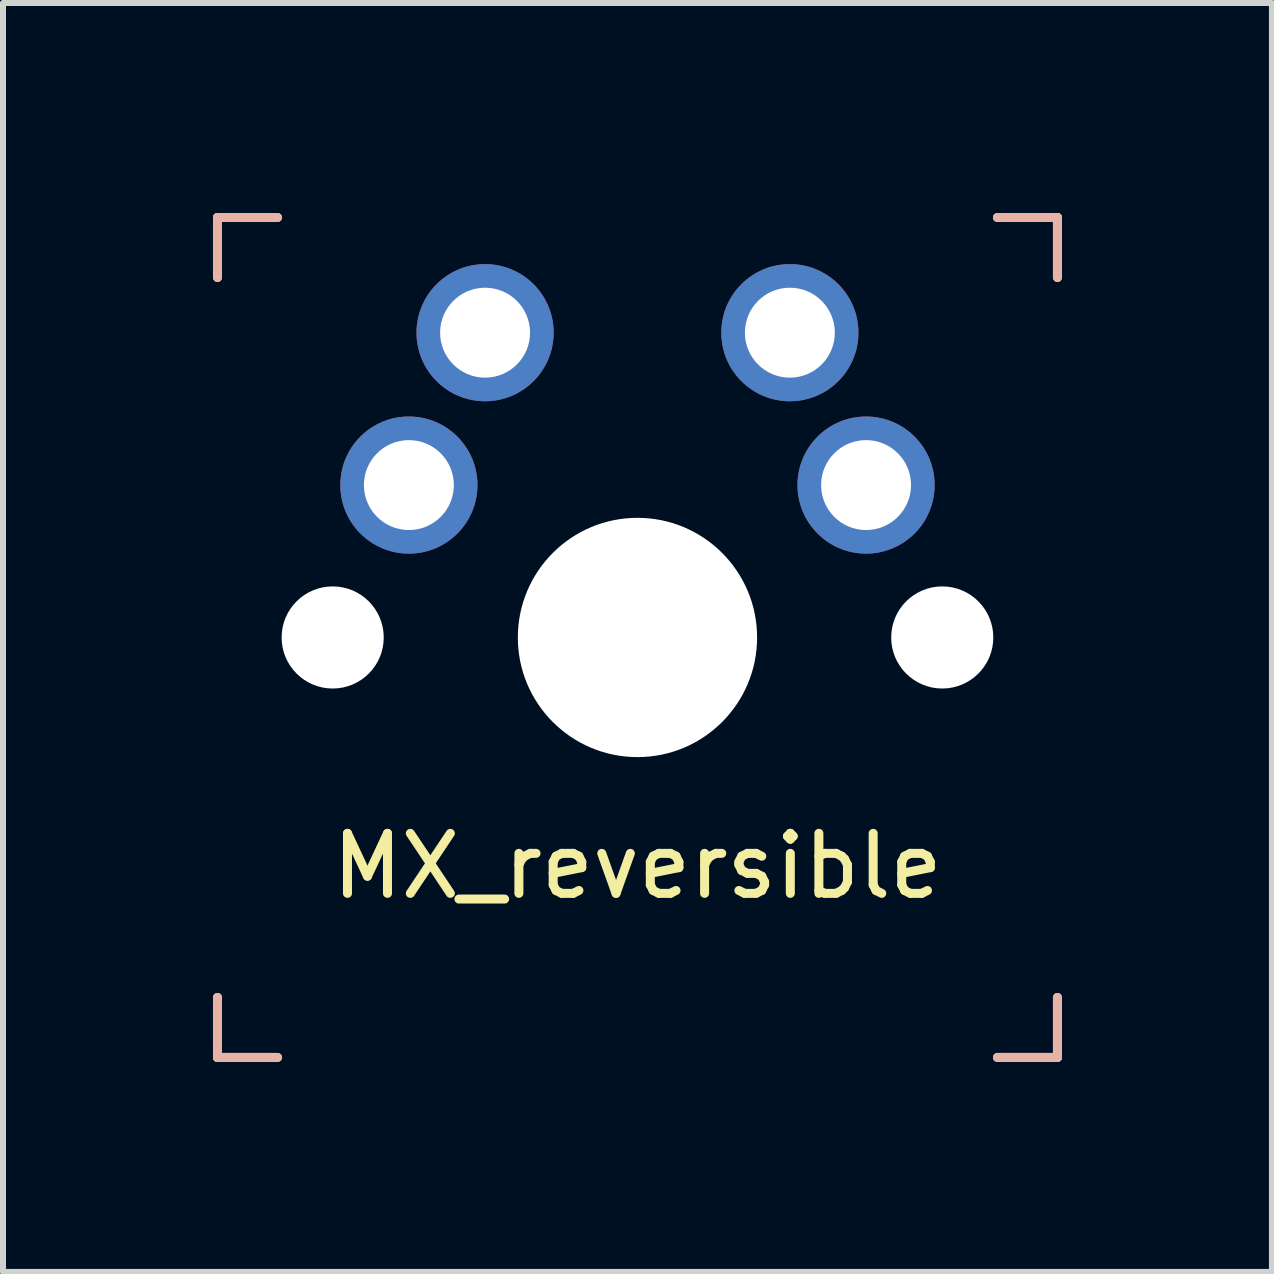
<source format=kicad_pcb>
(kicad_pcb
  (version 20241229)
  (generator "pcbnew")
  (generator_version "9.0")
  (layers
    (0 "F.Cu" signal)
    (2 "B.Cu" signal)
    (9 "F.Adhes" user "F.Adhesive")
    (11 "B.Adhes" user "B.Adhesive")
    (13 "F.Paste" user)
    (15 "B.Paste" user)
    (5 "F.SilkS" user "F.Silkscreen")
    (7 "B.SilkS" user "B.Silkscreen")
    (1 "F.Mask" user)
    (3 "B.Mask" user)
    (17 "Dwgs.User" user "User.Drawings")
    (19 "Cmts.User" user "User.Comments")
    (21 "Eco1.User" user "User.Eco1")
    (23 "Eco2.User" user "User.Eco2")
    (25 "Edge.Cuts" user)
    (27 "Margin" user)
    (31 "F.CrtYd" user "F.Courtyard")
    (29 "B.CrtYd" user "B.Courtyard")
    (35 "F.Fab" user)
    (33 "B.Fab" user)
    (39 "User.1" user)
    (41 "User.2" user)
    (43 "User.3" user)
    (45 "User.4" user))
  (footprint "MX_reversible"
    (layer "F.Cu")
    (at 7.575 7.575)
    (property "Reference" "MX_reversible" (at 0 3.81 0) (layer "F.SilkS") (effects (font (size 1 1) (thickness 0.15))))
    (attr through_hole)
    (fp_line (start -7 -7) (end -6 -7) (stroke (width 0.15) (type solid)) (layer "F.SilkS"))
    (fp_line (start -7 -6) (end -7 -7) (stroke (width 0.15) (type solid)) (layer "F.SilkS"))
    (fp_line (start -7 7) (end -7 6) (stroke (width 0.15) (type solid)) (layer "F.SilkS"))
    (fp_line (start -6 7) (end -7 7) (stroke (width 0.15) (type solid)) (layer "F.SilkS"))
    (fp_line (start 6 -7) (end 7 -7) (stroke (width 0.15) (type solid)) (layer "F.SilkS"))
    (fp_line (start 7 -7) (end 7 -6) (stroke (width 0.15) (type solid)) (layer "F.SilkS"))
    (fp_line (start 7 6) (end 7 7) (stroke (width 0.15) (type solid)) (layer "F.SilkS"))
    (fp_line (start 7 7) (end 6 7) (stroke (width 0.15) (type solid)) (layer "F.SilkS"))
    (fp_line (start -7 -7) (end -6 -7) (stroke (width 0.15) (type solid)) (layer "B.SilkS"))
    (fp_line (start -7 -6) (end -7 -7) (stroke (width 0.15) (type solid)) (layer "B.SilkS"))
    (fp_line (start -7 7) (end -7 6) (stroke (width 0.15) (type solid)) (layer "B.SilkS"))
    (fp_line (start -6 7) (end -7 7) (stroke (width 0.15) (type solid)) (layer "B.SilkS"))
    (fp_line (start 6 -7) (end 7 -7) (stroke (width 0.15) (type solid)) (layer "B.SilkS"))
    (fp_line (start 7 -7) (end 7 -6) (stroke (width 0.15) (type solid)) (layer "B.SilkS"))
    (fp_line (start 7 6) (end 7 7) (stroke (width 0.15) (type solid)) (layer "B.SilkS"))
    (fp_line (start 7 7) (end 6 7) (stroke (width 0.15) (type solid)) (layer "B.SilkS"))
    (fp_line (start -7.5 -7.5) (end 7.5 -7.5) (stroke (width 0.15) (type solid)) (layer "Eco2.User"))
    (fp_line (start -7.5 7.5) (end -7.5 -7.5) (stroke (width 0.15) (type solid)) (layer "Eco2.User"))
    (fp_line (start -6.9 6.9) (end -6.9 -6.9) (stroke (width 0.15) (type solid)) (layer "Eco2.User"))
    (fp_line (start -6.9 6.9) (end 6.9 6.9) (stroke (width 0.15) (type solid)) (layer "Eco2.User"))
    (fp_line (start 6.9 -6.9) (end -6.9 -6.9) (stroke (width 0.15) (type solid)) (layer "Eco2.User"))
    (fp_line (start 6.9 -6.9) (end 6.9 6.9) (stroke (width 0.15) (type solid)) (layer "Eco2.User"))
    (fp_line (start 7.5 -7.5) (end 7.5 7.5) (stroke (width 0.15) (type solid)) (layer "Eco2.User"))
    (fp_line (start 7.5 7.5) (end -7.5 7.5) (stroke (width 0.15) (type solid)) (layer "Eco2.User"))
    (pad "" np_thru_hole circle (at -5.08 0) (size 1.702 1.702) (drill 1.702) (layers "*.Cu" "*.Mask"))
    (pad "" np_thru_hole circle (at 0 0) (size 3.988 3.988) (drill 3.988) (layers "*.Cu" "*.Mask"))
    (pad "" np_thru_hole circle (at 5.08 0) (size 1.702 1.702) (drill 1.702) (layers "*.Cu" "*.Mask"))
    (pad "1" thru_hole circle (at -3.81 -2.54) (size 2.286 2.286) (drill 1.499) (layers "*.Cu" "*.Mask"))
    (pad "1" thru_hole circle (at -2.54 -5.08) (size 2.286 2.286) (drill 1.499) (layers "*.Cu" "*.Mask"))
    (pad "2" thru_hole circle (at 2.54 -5.08) (size 2.286 2.286) (drill 1.499) (layers "*.Cu" "*.Mask"))
    (pad "2" thru_hole circle (at 3.81 -2.54) (size 2.286 2.286) (drill 1.499) (layers "*.Cu" "*.Mask")))
  (gr_rect
    (start -3 -3)
    (end 18.15 18.15)
    (stroke (width 0.1) (type default))
    (fill no)
    (layer "Edge.Cuts")))
</source>
